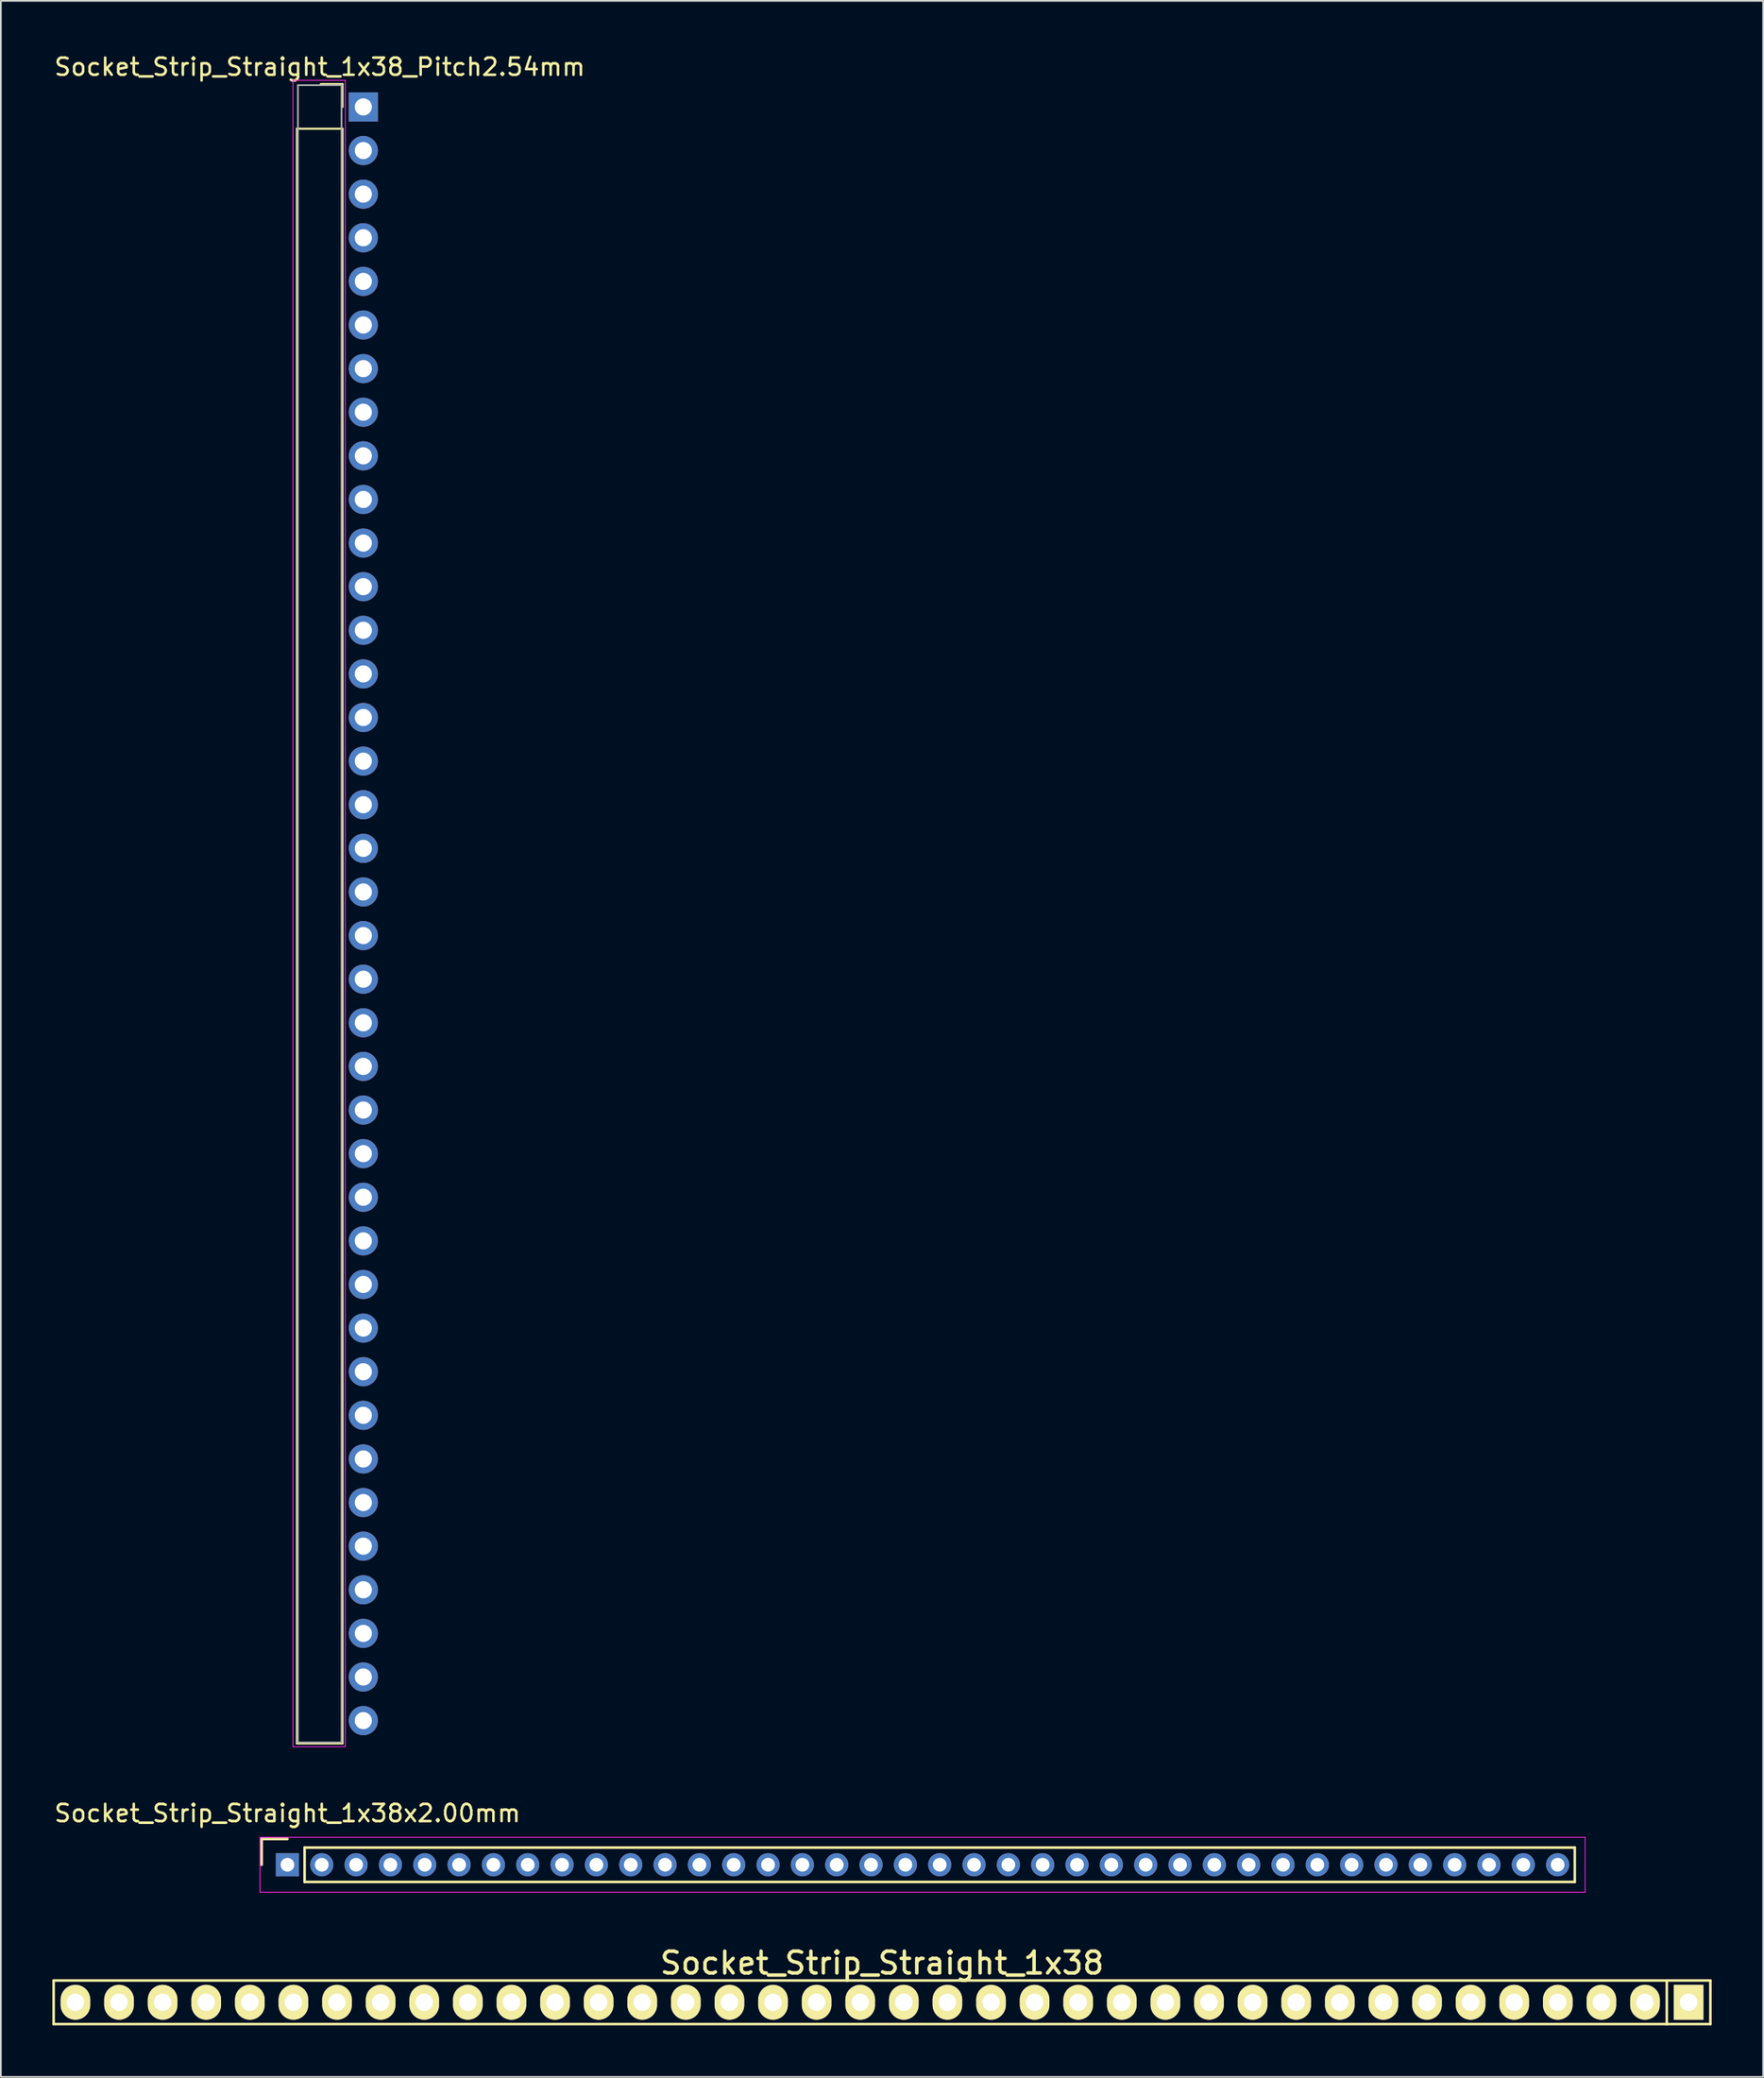
<source format=kicad_pcb>
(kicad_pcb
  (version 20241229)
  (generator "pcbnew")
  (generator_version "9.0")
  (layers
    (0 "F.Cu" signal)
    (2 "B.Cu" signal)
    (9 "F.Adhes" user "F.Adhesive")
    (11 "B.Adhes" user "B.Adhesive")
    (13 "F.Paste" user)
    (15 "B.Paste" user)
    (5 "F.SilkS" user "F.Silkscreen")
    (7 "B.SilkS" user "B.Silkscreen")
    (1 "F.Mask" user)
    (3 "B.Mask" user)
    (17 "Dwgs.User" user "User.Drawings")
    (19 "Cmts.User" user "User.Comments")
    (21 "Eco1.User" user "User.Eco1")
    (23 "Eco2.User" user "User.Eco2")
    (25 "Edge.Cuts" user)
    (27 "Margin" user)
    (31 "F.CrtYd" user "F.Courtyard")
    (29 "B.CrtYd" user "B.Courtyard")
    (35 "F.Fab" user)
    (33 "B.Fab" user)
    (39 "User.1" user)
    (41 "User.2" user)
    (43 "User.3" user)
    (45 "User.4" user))
  (footprint "Socket_Strip_Straight_1x38x2.00mm"
    (layer "F.Cu")
    (at 13.696 105.552)
    (property "Reference" "Socket_Strip_Straight_1x38x2.00mm" (at 0 -3 0) (layer "F.SilkS") (effects (font (size 1 1) (thickness 0.15))))
    (attr through_hole)
    (fp_line (start -1.5 -1.5) (end -1.5 0) (stroke (width 0.15) (type solid)) (layer "F.SilkS"))
    (fp_line (start 0 -1.5) (end -1.5 -1.5) (stroke (width 0.15) (type solid)) (layer "F.SilkS"))
    (fp_line (start 1 -1) (end 1 1) (stroke (width 0.15) (type solid)) (layer "F.SilkS"))
    (fp_line (start 1 1) (end 75 1) (stroke (width 0.15) (type solid)) (layer "F.SilkS"))
    (fp_line (start 75 -1) (end 1 -1) (stroke (width 0.15) (type solid)) (layer "F.SilkS"))
    (fp_line (start 75 1) (end 75 -1) (stroke (width 0.15) (type solid)) (layer "F.SilkS"))
    (fp_line (start -1.6 -1.6) (end -1.6 1.6) (stroke (width 0.05) (type solid)) (layer "F.CrtYd"))
    (fp_line (start -1.6 1.6) (end 75.6 1.6) (stroke (width 0.05) (type solid)) (layer "F.CrtYd"))
    (fp_line (start 75.6 -1.6) (end -1.6 -1.6) (stroke (width 0.05) (type solid)) (layer "F.CrtYd"))
    (fp_line (start 75.6 1.6) (end 75.6 -1.6) (stroke (width 0.05) (type solid)) (layer "F.CrtYd"))
    (pad "1" thru_hole rect (at 0 0) (size 1.35 1.35) (drill 0.8) (layers "*.Cu" "*.Mask"))
    (pad "2" thru_hole circle (at 2 0) (size 1.35 1.35) (drill 0.8) (layers "*.Cu" "*.Mask"))
    (pad "3" thru_hole circle (at 4 0) (size 1.35 1.35) (drill 0.8) (layers "*.Cu" "*.Mask"))
    (pad "4" thru_hole circle (at 6 0) (size 1.35 1.35) (drill 0.8) (layers "*.Cu" "*.Mask"))
    (pad "5" thru_hole circle (at 8 0) (size 1.35 1.35) (drill 0.8) (layers "*.Cu" "*.Mask"))
    (pad "6" thru_hole circle (at 10 0) (size 1.35 1.35) (drill 0.8) (layers "*.Cu" "*.Mask"))
    (pad "7" thru_hole circle (at 12 0) (size 1.35 1.35) (drill 0.8) (layers "*.Cu" "*.Mask"))
    (pad "8" thru_hole circle (at 14 0) (size 1.35 1.35) (drill 0.8) (layers "*.Cu" "*.Mask"))
    (pad "9" thru_hole circle (at 16 0) (size 1.35 1.35) (drill 0.8) (layers "*.Cu" "*.Mask"))
    (pad "10" thru_hole circle (at 18 0) (size 1.35 1.35) (drill 0.8) (layers "*.Cu" "*.Mask"))
    (pad "11" thru_hole circle (at 20 0) (size 1.35 1.35) (drill 0.8) (layers "*.Cu" "*.Mask"))
    (pad "12" thru_hole circle (at 22 0) (size 1.35 1.35) (drill 0.8) (layers "*.Cu" "*.Mask"))
    (pad "13" thru_hole circle (at 24 0) (size 1.35 1.35) (drill 0.8) (layers "*.Cu" "*.Mask"))
    (pad "14" thru_hole circle (at 26 0) (size 1.35 1.35) (drill 0.8) (layers "*.Cu" "*.Mask"))
    (pad "15" thru_hole circle (at 28 0) (size 1.35 1.35) (drill 0.8) (layers "*.Cu" "*.Mask"))
    (pad "16" thru_hole circle (at 30 0) (size 1.35 1.35) (drill 0.8) (layers "*.Cu" "*.Mask"))
    (pad "17" thru_hole circle (at 32 0) (size 1.35 1.35) (drill 0.8) (layers "*.Cu" "*.Mask"))
    (pad "18" thru_hole circle (at 34 0) (size 1.35 1.35) (drill 0.8) (layers "*.Cu" "*.Mask"))
    (pad "19" thru_hole circle (at 36 0) (size 1.35 1.35) (drill 0.8) (layers "*.Cu" "*.Mask"))
    (pad "20" thru_hole circle (at 38 0) (size 1.35 1.35) (drill 0.8) (layers "*.Cu" "*.Mask"))
    (pad "21" thru_hole circle (at 40 0) (size 1.35 1.35) (drill 0.8) (layers "*.Cu" "*.Mask"))
    (pad "22" thru_hole circle (at 42 0) (size 1.35 1.35) (drill 0.8) (layers "*.Cu" "*.Mask"))
    (pad "23" thru_hole circle (at 44 0) (size 1.35 1.35) (drill 0.8) (layers "*.Cu" "*.Mask"))
    (pad "24" thru_hole circle (at 46 0) (size 1.35 1.35) (drill 0.8) (layers "*.Cu" "*.Mask"))
    (pad "25" thru_hole circle (at 48 0) (size 1.35 1.35) (drill 0.8) (layers "*.Cu" "*.Mask"))
    (pad "26" thru_hole circle (at 50 0) (size 1.35 1.35) (drill 0.8) (layers "*.Cu" "*.Mask"))
    (pad "27" thru_hole circle (at 52 0) (size 1.35 1.35) (drill 0.8) (layers "*.Cu" "*.Mask"))
    (pad "28" thru_hole circle (at 54 0) (size 1.35 1.35) (drill 0.8) (layers "*.Cu" "*.Mask"))
    (pad "29" thru_hole circle (at 56 0) (size 1.35 1.35) (drill 0.8) (layers "*.Cu" "*.Mask"))
    (pad "30" thru_hole circle (at 58 0) (size 1.35 1.35) (drill 0.8) (layers "*.Cu" "*.Mask"))
    (pad "31" thru_hole circle (at 60 0) (size 1.35 1.35) (drill 0.8) (layers "*.Cu" "*.Mask"))
    (pad "32" thru_hole circle (at 62 0) (size 1.35 1.35) (drill 0.8) (layers "*.Cu" "*.Mask"))
    (pad "33" thru_hole circle (at 64 0) (size 1.35 1.35) (drill 0.8) (layers "*.Cu" "*.Mask"))
    (pad "34" thru_hole circle (at 66 0) (size 1.35 1.35) (drill 0.8) (layers "*.Cu" "*.Mask"))
    (pad "35" thru_hole circle (at 68 0) (size 1.35 1.35) (drill 0.8) (layers "*.Cu" "*.Mask"))
    (pad "36" thru_hole circle (at 70 0) (size 1.35 1.35) (drill 0.8) (layers "*.Cu" "*.Mask"))
    (pad "37" thru_hole circle (at 72 0) (size 1.35 1.35) (drill 0.8) (layers "*.Cu" "*.Mask"))
    (pad "38" thru_hole circle (at 74 0) (size 1.35 1.35) (drill 0.8) (layers "*.Cu" "*.Mask")))
  (footprint "Socket_Strip_Straight_1x38"
    (layer "F.Cu")
    (at 48.335 113.562)
    (property "Reference" "Socket_Strip_Straight_1x38" (at 0 -2.286 0) (layer "F.SilkS") (effects (font (size 1.27 1.27) (thickness 0.203))))
    (attr through_hole)
    (fp_line (start -48.26 -1.27) (end 45.72 -1.27) (stroke (width 0.15) (type solid)) (layer "F.SilkS"))
    (fp_line (start -48.26 1.27) (end -48.26 -1.27) (stroke (width 0.15) (type solid)) (layer "F.SilkS"))
    (fp_line (start 45.72 -1.27) (end 45.72 1.27) (stroke (width 0.15) (type solid)) (layer "F.SilkS"))
    (fp_line (start 45.72 1.27) (end -48.26 1.27) (stroke (width 0.15) (type solid)) (layer "F.SilkS"))
    (fp_line (start 48.26 -1.27) (end 45.72 -1.27) (stroke (width 0.15) (type solid)) (layer "F.SilkS"))
    (fp_line (start 48.26 -1.27) (end 48.26 1.27) (stroke (width 0.15) (type solid)) (layer "F.SilkS"))
    (fp_line (start 48.26 1.27) (end 45.72 1.27) (stroke (width 0.15) (type solid)) (layer "F.SilkS"))
    (pad "1" thru_hole rect (at 46.99 0 180) (size 1.727 2.032) (drill 1.016) (layers "*.Cu" "*.Mask" "F.SilkS"))
    (pad "2" thru_hole oval (at 44.45 0 180) (size 1.727 2.032) (drill 1.016) (layers "*.Cu" "*.Mask" "F.SilkS"))
    (pad "3" thru_hole oval (at 41.91 0 180) (size 1.727 2.032) (drill 1.016) (layers "*.Cu" "*.Mask" "F.SilkS"))
    (pad "4" thru_hole oval (at 39.37 0 180) (size 1.727 2.032) (drill 1.016) (layers "*.Cu" "*.Mask" "F.SilkS"))
    (pad "5" thru_hole oval (at 36.83 0 180) (size 1.727 2.032) (drill 1.016) (layers "*.Cu" "*.Mask" "F.SilkS"))
    (pad "6" thru_hole oval (at 34.29 0 180) (size 1.727 2.032) (drill 1.016) (layers "*.Cu" "*.Mask" "F.SilkS"))
    (pad "7" thru_hole oval (at 31.75 0 180) (size 1.727 2.032) (drill 1.016) (layers "*.Cu" "*.Mask" "F.SilkS"))
    (pad "8" thru_hole oval (at 29.21 0 180) (size 1.727 2.032) (drill 1.016) (layers "*.Cu" "*.Mask" "F.SilkS"))
    (pad "9" thru_hole oval (at 26.67 0 180) (size 1.727 2.032) (drill 1.016) (layers "*.Cu" "*.Mask" "F.SilkS"))
    (pad "10" thru_hole oval (at 24.13 0 180) (size 1.727 2.032) (drill 1.016) (layers "*.Cu" "*.Mask" "F.SilkS"))
    (pad "11" thru_hole oval (at 21.59 0 180) (size 1.727 2.032) (drill 1.016) (layers "*.Cu" "*.Mask" "F.SilkS"))
    (pad "12" thru_hole oval (at 19.05 0 180) (size 1.727 2.032) (drill 1.016) (layers "*.Cu" "*.Mask" "F.SilkS"))
    (pad "13" thru_hole oval (at 16.51 0 180) (size 1.727 2.032) (drill 1.016) (layers "*.Cu" "*.Mask" "F.SilkS"))
    (pad "14" thru_hole oval (at 13.97 0 180) (size 1.727 2.032) (drill 1.016) (layers "*.Cu" "*.Mask" "F.SilkS"))
    (pad "15" thru_hole oval (at 11.43 0 180) (size 1.727 2.032) (drill 1.016) (layers "*.Cu" "*.Mask" "F.SilkS"))
    (pad "16" thru_hole oval (at 8.89 0 180) (size 1.727 2.032) (drill 1.016) (layers "*.Cu" "*.Mask" "F.SilkS"))
    (pad "17" thru_hole oval (at 6.35 0 180) (size 1.727 2.032) (drill 1.016) (layers "*.Cu" "*.Mask" "F.SilkS"))
    (pad "18" thru_hole oval (at 3.81 0 180) (size 1.727 2.032) (drill 1.016) (layers "*.Cu" "*.Mask" "F.SilkS"))
    (pad "19" thru_hole oval (at 1.27 0 180) (size 1.727 2.032) (drill 1.016) (layers "*.Cu" "*.Mask" "F.SilkS"))
    (pad "20" thru_hole oval (at -1.27 0 180) (size 1.727 2.032) (drill 1.016) (layers "*.Cu" "*.Mask" "F.SilkS"))
    (pad "21" thru_hole oval (at -3.81 0 180) (size 1.727 2.032) (drill 1.016) (layers "*.Cu" "*.Mask" "F.SilkS"))
    (pad "22" thru_hole oval (at -6.35 0 180) (size 1.727 2.032) (drill 1.016) (layers "*.Cu" "*.Mask" "F.SilkS"))
    (pad "23" thru_hole oval (at -8.89 0 180) (size 1.727 2.032) (drill 1.016) (layers "*.Cu" "*.Mask" "F.SilkS"))
    (pad "24" thru_hole oval (at -11.43 0 180) (size 1.727 2.032) (drill 1.016) (layers "*.Cu" "*.Mask" "F.SilkS"))
    (pad "25" thru_hole oval (at -13.97 0 180) (size 1.727 2.032) (drill 1.016) (layers "*.Cu" "*.Mask" "F.SilkS"))
    (pad "26" thru_hole oval (at -16.51 0 180) (size 1.727 2.032) (drill 1.016) (layers "*.Cu" "*.Mask" "F.SilkS"))
    (pad "27" thru_hole oval (at -19.05 0 180) (size 1.727 2.032) (drill 1.016) (layers "*.Cu" "*.Mask" "F.SilkS"))
    (pad "28" thru_hole oval (at -21.59 0 180) (size 1.727 2.032) (drill 1.016) (layers "*.Cu" "*.Mask" "F.SilkS"))
    (pad "29" thru_hole oval (at -24.13 0 180) (size 1.727 2.032) (drill 1.016) (layers "*.Cu" "*.Mask" "F.SilkS"))
    (pad "30" thru_hole oval (at -26.67 0 180) (size 1.727 2.032) (drill 1.016) (layers "*.Cu" "*.Mask" "F.SilkS"))
    (pad "31" thru_hole oval (at -29.21 0 180) (size 1.727 2.032) (drill 1.016) (layers "*.Cu" "*.Mask" "F.SilkS"))
    (pad "32" thru_hole oval (at -31.75 0 180) (size 1.727 2.032) (drill 1.016) (layers "*.Cu" "*.Mask" "F.SilkS"))
    (pad "33" thru_hole oval (at -34.29 0 180) (size 1.727 2.032) (drill 1.016) (layers "*.Cu" "*.Mask" "F.SilkS"))
    (pad "34" thru_hole oval (at -36.83 0 180) (size 1.727 2.032) (drill 1.016) (layers "*.Cu" "*.Mask" "F.SilkS"))
    (pad "35" thru_hole oval (at -39.37 0 180) (size 1.727 2.032) (drill 1.016) (layers "*.Cu" "*.Mask" "F.SilkS"))
    (pad "36" thru_hole oval (at -41.91 0 180) (size 1.727 2.032) (drill 1.016) (layers "*.Cu" "*.Mask" "F.SilkS"))
    (pad "37" thru_hole oval (at -44.45 0 180) (size 1.727 2.032) (drill 1.016) (layers "*.Cu" "*.Mask" "F.SilkS"))
    (pad "38" thru_hole oval (at -46.99 0 180) (size 1.727 2.032) (drill 1.016) (layers "*.Cu" "*.Mask" "F.SilkS")))
  (footprint "Socket_Strip_Straight_1x38_Pitch2.54mm"
    (layer "F.Cu")
    (at 18.117 3.178)
    (property "Reference" "Socket_Strip_Straight_1x38_Pitch2.54mm" (at -2.54 -2.33 0) (layer "F.SilkS") (effects (font (size 1 1) (thickness 0.15))))
    (attr through_hole)
    (fp_line (start -3.87 1.27) (end -3.87 95.31) (stroke (width 0.12) (type solid)) (layer "F.SilkS"))
    (fp_line (start -3.87 95.31) (end -1.21 95.31) (stroke (width 0.12) (type solid)) (layer "F.SilkS"))
    (fp_line (start -1.21 -1.33) (end -2.48 -1.33) (stroke (width 0.12) (type solid)) (layer "F.SilkS"))
    (fp_line (start -1.21 0) (end -1.21 -1.33) (stroke (width 0.12) (type solid)) (layer "F.SilkS"))
    (fp_line (start -1.21 1.27) (end -3.87 1.27) (stroke (width 0.12) (type solid)) (layer "F.SilkS"))
    (fp_line (start -1.21 95.31) (end -1.21 1.27) (stroke (width 0.12) (type solid)) (layer "F.SilkS"))
    (fp_line (start -4.1 -1.55) (end -4.1 95.5) (stroke (width 0.05) (type solid)) (layer "F.CrtYd"))
    (fp_line (start -4.1 95.5) (end -1.05 95.5) (stroke (width 0.05) (type solid)) (layer "F.CrtYd"))
    (fp_line (start -1.05 -1.55) (end -4.1 -1.55) (stroke (width 0.05) (type solid)) (layer "F.CrtYd"))
    (fp_line (start -1.05 95.5) (end -1.05 -1.55) (stroke (width 0.05) (type solid)) (layer "F.CrtYd"))
    (fp_line (start -3.81 -1.27) (end -3.81 95.25) (stroke (width 0.1) (type solid)) (layer "F.Fab"))
    (fp_line (start -3.81 95.25) (end -1.27 95.25) (stroke (width 0.1) (type solid)) (layer "F.Fab"))
    (fp_line (start -1.27 -1.27) (end -3.81 -1.27) (stroke (width 0.1) (type solid)) (layer "F.Fab"))
    (fp_line (start -1.27 95.25) (end -1.27 -1.27) (stroke (width 0.1) (type solid)) (layer "F.Fab"))
    (pad "1" thru_hole rect (at 0 0) (size 1.7 1.7) (drill 1) (layers "*.Cu" "*.Mask"))
    (pad "2" thru_hole oval (at 0 2.54) (size 1.7 1.7) (drill 1) (layers "*.Cu" "*.Mask"))
    (pad "3" thru_hole oval (at 0 5.08) (size 1.7 1.7) (drill 1) (layers "*.Cu" "*.Mask"))
    (pad "4" thru_hole oval (at 0 7.62) (size 1.7 1.7) (drill 1) (layers "*.Cu" "*.Mask"))
    (pad "5" thru_hole oval (at 0 10.16) (size 1.7 1.7) (drill 1) (layers "*.Cu" "*.Mask"))
    (pad "6" thru_hole oval (at 0 12.7) (size 1.7 1.7) (drill 1) (layers "*.Cu" "*.Mask"))
    (pad "7" thru_hole oval (at 0 15.24) (size 1.7 1.7) (drill 1) (layers "*.Cu" "*.Mask"))
    (pad "8" thru_hole oval (at 0 17.78) (size 1.7 1.7) (drill 1) (layers "*.Cu" "*.Mask"))
    (pad "9" thru_hole oval (at 0 20.32) (size 1.7 1.7) (drill 1) (layers "*.Cu" "*.Mask"))
    (pad "10" thru_hole oval (at 0 22.86) (size 1.7 1.7) (drill 1) (layers "*.Cu" "*.Mask"))
    (pad "11" thru_hole oval (at 0 25.4) (size 1.7 1.7) (drill 1) (layers "*.Cu" "*.Mask"))
    (pad "12" thru_hole oval (at 0 27.94) (size 1.7 1.7) (drill 1) (layers "*.Cu" "*.Mask"))
    (pad "13" thru_hole oval (at 0 30.48) (size 1.7 1.7) (drill 1) (layers "*.Cu" "*.Mask"))
    (pad "14" thru_hole oval (at 0 33.02) (size 1.7 1.7) (drill 1) (layers "*.Cu" "*.Mask"))
    (pad "15" thru_hole oval (at 0 35.56) (size 1.7 1.7) (drill 1) (layers "*.Cu" "*.Mask"))
    (pad "16" thru_hole oval (at 0 38.1) (size 1.7 1.7) (drill 1) (layers "*.Cu" "*.Mask"))
    (pad "17" thru_hole oval (at 0 40.64) (size 1.7 1.7) (drill 1) (layers "*.Cu" "*.Mask"))
    (pad "18" thru_hole oval (at 0 43.18) (size 1.7 1.7) (drill 1) (layers "*.Cu" "*.Mask"))
    (pad "19" thru_hole oval (at 0 45.72) (size 1.7 1.7) (drill 1) (layers "*.Cu" "*.Mask"))
    (pad "20" thru_hole oval (at 0 48.26) (size 1.7 1.7) (drill 1) (layers "*.Cu" "*.Mask"))
    (pad "21" thru_hole oval (at 0 50.8) (size 1.7 1.7) (drill 1) (layers "*.Cu" "*.Mask"))
    (pad "22" thru_hole oval (at 0 53.34) (size 1.7 1.7) (drill 1) (layers "*.Cu" "*.Mask"))
    (pad "23" thru_hole oval (at 0 55.88) (size 1.7 1.7) (drill 1) (layers "*.Cu" "*.Mask"))
    (pad "24" thru_hole oval (at 0 58.42) (size 1.7 1.7) (drill 1) (layers "*.Cu" "*.Mask"))
    (pad "25" thru_hole oval (at 0 60.96) (size 1.7 1.7) (drill 1) (layers "*.Cu" "*.Mask"))
    (pad "26" thru_hole oval (at 0 63.5) (size 1.7 1.7) (drill 1) (layers "*.Cu" "*.Mask"))
    (pad "27" thru_hole oval (at 0 66.04) (size 1.7 1.7) (drill 1) (layers "*.Cu" "*.Mask"))
    (pad "28" thru_hole oval (at 0 68.58) (size 1.7 1.7) (drill 1) (layers "*.Cu" "*.Mask"))
    (pad "29" thru_hole oval (at 0 71.12) (size 1.7 1.7) (drill 1) (layers "*.Cu" "*.Mask"))
    (pad "30" thru_hole oval (at 0 73.66) (size 1.7 1.7) (drill 1) (layers "*.Cu" "*.Mask"))
    (pad "31" thru_hole oval (at 0 76.2) (size 1.7 1.7) (drill 1) (layers "*.Cu" "*.Mask"))
    (pad "32" thru_hole oval (at 0 78.74) (size 1.7 1.7) (drill 1) (layers "*.Cu" "*.Mask"))
    (pad "33" thru_hole oval (at 0 81.28) (size 1.7 1.7) (drill 1) (layers "*.Cu" "*.Mask"))
    (pad "34" thru_hole oval (at 0 83.82) (size 1.7 1.7) (drill 1) (layers "*.Cu" "*.Mask"))
    (pad "35" thru_hole oval (at 0 86.36) (size 1.7 1.7) (drill 1) (layers "*.Cu" "*.Mask"))
    (pad "36" thru_hole oval (at 0 88.9) (size 1.7 1.7) (drill 1) (layers "*.Cu" "*.Mask"))
    (pad "37" thru_hole oval (at 0 91.44) (size 1.7 1.7) (drill 1) (layers "*.Cu" "*.Mask"))
    (pad "38" thru_hole oval (at 0 93.98) (size 1.7 1.7) (drill 1) (layers "*.Cu" "*.Mask")))
  (gr_rect
    (start -3 -3)
    (end 99.67 117.907)
    (stroke (width 0.1) (type default))
    (fill no)
    (layer "Edge.Cuts")))
</source>
